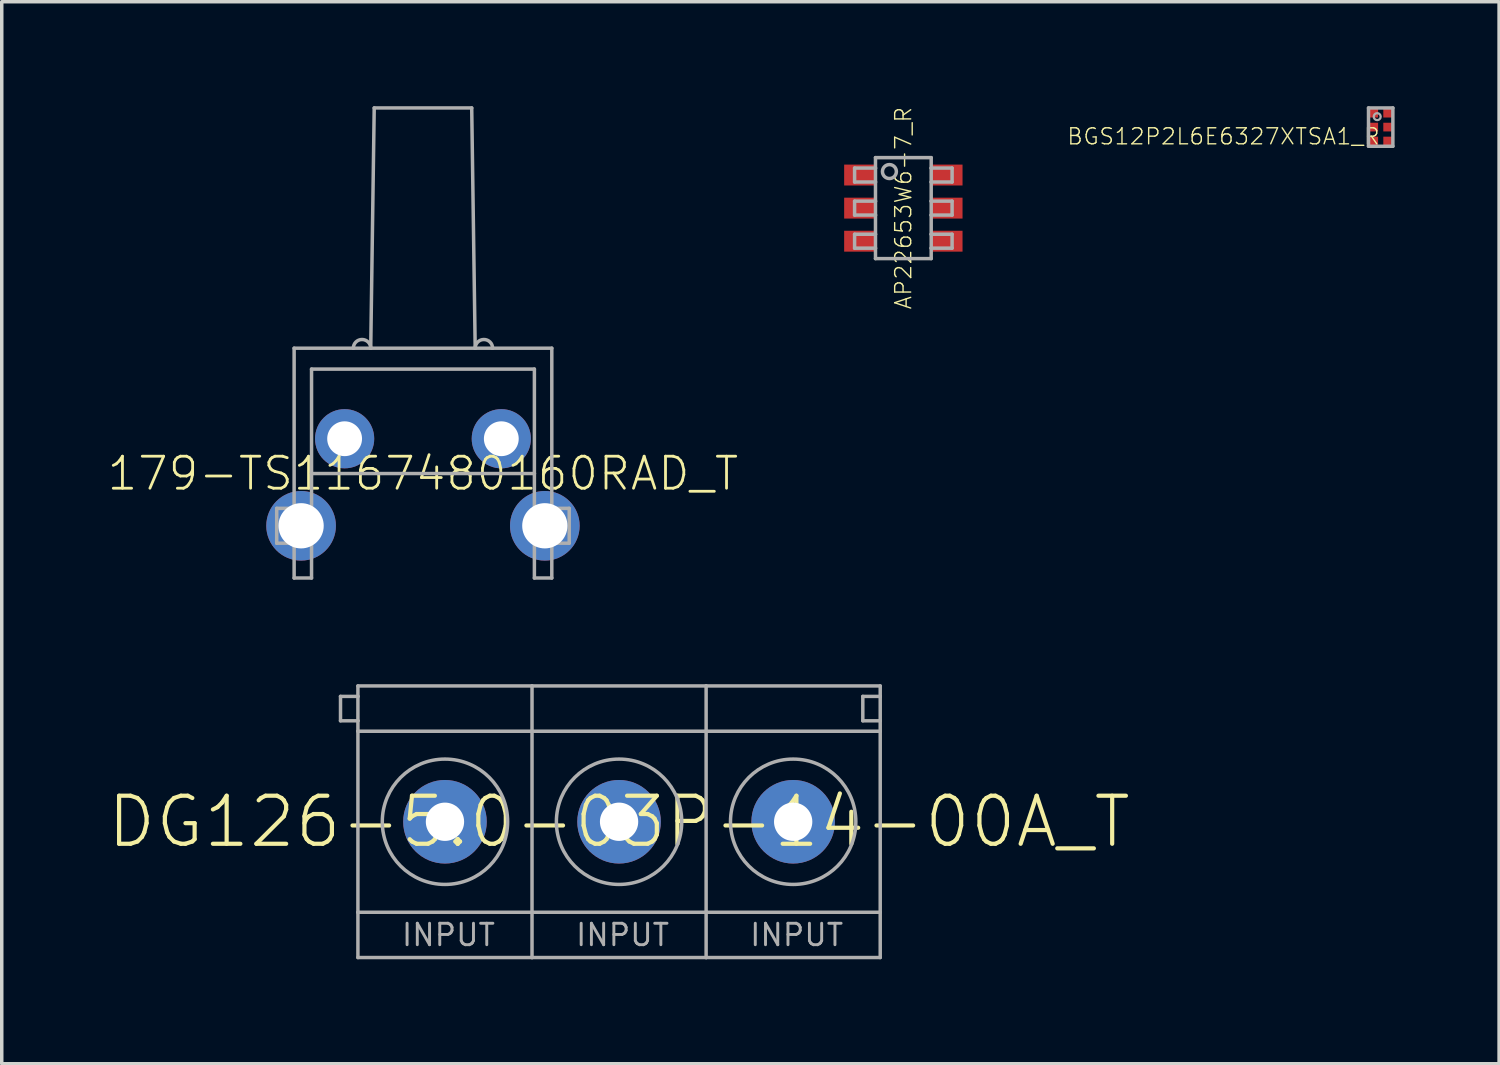
<source format=kicad_pcb>
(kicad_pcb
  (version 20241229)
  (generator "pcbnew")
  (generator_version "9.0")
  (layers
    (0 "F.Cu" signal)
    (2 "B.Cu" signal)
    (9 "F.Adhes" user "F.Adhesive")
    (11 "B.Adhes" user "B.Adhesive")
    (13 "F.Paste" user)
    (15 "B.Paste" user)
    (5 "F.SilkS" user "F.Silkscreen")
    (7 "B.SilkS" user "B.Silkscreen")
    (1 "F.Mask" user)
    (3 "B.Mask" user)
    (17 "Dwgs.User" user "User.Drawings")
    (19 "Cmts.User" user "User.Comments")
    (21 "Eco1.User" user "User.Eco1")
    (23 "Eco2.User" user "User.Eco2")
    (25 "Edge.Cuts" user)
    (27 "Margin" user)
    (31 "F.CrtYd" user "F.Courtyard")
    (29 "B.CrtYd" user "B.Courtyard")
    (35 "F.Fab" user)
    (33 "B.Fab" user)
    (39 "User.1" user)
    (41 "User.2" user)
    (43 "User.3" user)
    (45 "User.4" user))
  (footprint "DG126-5.0-03P-14-00A_T"
    (layer "F.Cu")
    (at 14.729 20.55)
    (property "Reference" "DG126-5.0-03P-14-00A_T" (at 0 0 0) (unlocked yes) (layer "F.SilkS") (effects (font (size 1.38 1.38) (thickness 0.12))))
    (fp_line (start -8 -3.6) (end -7.5 -3.6) (stroke (width 0.1) (type solid)) (layer "F.Fab"))
    (fp_line (start -8 -2.9) (end -8 -3.6) (stroke (width 0.1) (type solid)) (layer "F.Fab"))
    (fp_line (start -7.5 -3.6) (end -7.5 -3.9) (stroke (width 0.1) (type solid)) (layer "F.Fab"))
    (fp_line (start -7.5 -3.6) (end -7.5 -2.9) (stroke (width 0.1) (type solid)) (layer "F.Fab"))
    (fp_line (start -7.5 -2.9) (end -8 -2.9) (stroke (width 0.1) (type solid)) (layer "F.Fab"))
    (fp_line (start -7.5 -2.6) (end -7.5 -2.9) (stroke (width 0.1) (type solid)) (layer "F.Fab"))
    (fp_line (start -7.5 -2.6) (end -2.5 -2.6) (stroke (width 0.1) (type solid)) (layer "F.Fab"))
    (fp_line (start -7.5 2.6) (end -7.5 -2.6) (stroke (width 0.1) (type solid)) (layer "F.Fab"))
    (fp_line (start -7.5 2.6) (end -2.5 2.6) (stroke (width 0.1) (type solid)) (layer "F.Fab"))
    (fp_line (start -7.5 3.9) (end -7.5 2.6) (stroke (width 0.1) (type solid)) (layer "F.Fab"))
    (fp_line (start -7.5 3.9) (end -2.5 3.9) (stroke (width 0.1) (type solid)) (layer "F.Fab"))
    (fp_line (start -2.5 -3.9) (end -7.5 -3.9) (stroke (width 0.1) (type solid)) (layer "F.Fab"))
    (fp_line (start -2.5 -2.6) (end -2.5 -3.9) (stroke (width 0.1) (type solid)) (layer "F.Fab"))
    (fp_line (start -2.5 -2.6) (end 2.5 -2.6) (stroke (width 0.1) (type solid)) (layer "F.Fab"))
    (fp_line (start -2.5 2.6) (end -2.5 -2.6) (stroke (width 0.1) (type solid)) (layer "F.Fab"))
    (fp_line (start -2.5 2.6) (end 2.5 2.6) (stroke (width 0.1) (type solid)) (layer "F.Fab"))
    (fp_line (start -2.5 3.9) (end -2.5 2.6) (stroke (width 0.1) (type solid)) (layer "F.Fab"))
    (fp_line (start -2.5 3.9) (end 2.5 3.9) (stroke (width 0.1) (type solid)) (layer "F.Fab"))
    (fp_line (start 2.5 -3.9) (end -2.5 -3.9) (stroke (width 0.1) (type solid)) (layer "F.Fab"))
    (fp_line (start 2.5 -2.6) (end 2.5 -3.9) (stroke (width 0.1) (type solid)) (layer "F.Fab"))
    (fp_line (start 2.5 -2.6) (end 7.5 -2.6) (stroke (width 0.1) (type solid)) (layer "F.Fab"))
    (fp_line (start 2.5 2.6) (end 2.5 -2.6) (stroke (width 0.1) (type solid)) (layer "F.Fab"))
    (fp_line (start 2.5 2.6) (end 7.5 2.6) (stroke (width 0.1) (type solid)) (layer "F.Fab"))
    (fp_line (start 2.5 3.9) (end 2.5 2.6) (stroke (width 0.1) (type solid)) (layer "F.Fab"))
    (fp_line (start 2.5 3.9) (end 7.5 3.9) (stroke (width 0.1) (type solid)) (layer "F.Fab"))
    (fp_line (start 7 -3.6) (end 7 -2.9) (stroke (width 0.1) (type solid)) (layer "F.Fab"))
    (fp_line (start 7 -2.9) (end 7.5 -2.9) (stroke (width 0.1) (type solid)) (layer "F.Fab"))
    (fp_line (start 7.5 -3.9) (end 2.5 -3.9) (stroke (width 0.1) (type solid)) (layer "F.Fab"))
    (fp_line (start 7.5 -3.9) (end 7.5 -3.6) (stroke (width 0.1) (type solid)) (layer "F.Fab"))
    (fp_line (start 7.5 -3.6) (end 7 -3.6) (stroke (width 0.1) (type solid)) (layer "F.Fab"))
    (fp_line (start 7.5 -3.6) (end 7.5 -2.9) (stroke (width 0.1) (type solid)) (layer "F.Fab"))
    (fp_line (start 7.5 -2.9) (end 7.5 -2.6) (stroke (width 0.1) (type solid)) (layer "F.Fab"))
    (fp_line (start 7.5 -2.6) (end 7.5 2.6) (stroke (width 0.1) (type solid)) (layer "F.Fab"))
    (fp_line (start 7.5 2.6) (end 7.5 3.9) (stroke (width 0.1) (type solid)) (layer "F.Fab"))
    (fp_circle (center -5 0) (end -3.2 0) (stroke (width 0.1) (type solid)) (fill no) (layer "F.Fab"))
    (fp_circle (center 0 0) (end 1.8 0) (stroke (width 0.1) (type solid)) (fill no) (layer "F.Fab"))
    (fp_circle (center 5 0) (end 6.8 0) (stroke (width 0.1) (type solid)) (fill no) (layer "F.Fab"))
    (fp_text user "INPUT" (at 5.1 3.25 0) (layer "F.Fab") (effects (font (size 0.616 0.616) (thickness 0.084))))
    (fp_text user "INPUT" (at -4.9 3.25 0) (layer "F.Fab") (effects (font (size 0.616 0.616) (thickness 0.084))))
    (fp_text user "INPUT" (at 0.1 3.25 0) (layer "F.Fab") (effects (font (size 0.616 0.616) (thickness 0.084))))
    (pad "1" thru_hole circle (at -5 0 90) (size 2.4 2.4) (drill 1.1) (layers "*.Cu" "*.Mask"))
    (pad "2" thru_hole circle (at 0 0 90) (size 2.4 2.4) (drill 1.1) (layers "*.Cu" "*.Mask"))
    (pad "3" thru_hole circle (at 5 0 90) (size 2.4 2.4) (drill 1.1) (layers "*.Cu" "*.Mask")))
  (footprint "BGS12P2L6E6327XTSA1_R"
    (layer "F.Cu")
    (at 36.602 0.6)
    (property "Reference" "BGS12P2L6E6327XTSA1_R" (at 0 0 0) (unlocked yes) (layer "F.SilkS") (effects (font (size 0.46 0.46) (thickness 0.04)) (justify right top)))
    (fp_poly (pts (xy -0.375 0.575) (xy 0.375 0.575) (xy 0.375 -0.575) (xy -0.375 -0.575)) (stroke (width 0) (type default)) (fill yes) (layer "F.Mask"))
    (fp_poly (pts (xy -0.075 -0.275) (xy -0.325 -0.275) (xy -0.325 -0.525) (xy -0.075 -0.525)) (stroke (width 0) (type default)) (fill yes) (layer "F.Paste"))
    (fp_poly (pts (xy -0.075 0.125) (xy -0.325 0.125) (xy -0.325 -0.125) (xy -0.075 -0.125)) (stroke (width 0) (type default)) (fill yes) (layer "F.Paste"))
    (fp_poly (pts (xy -0.075 0.525) (xy -0.325 0.525) (xy -0.325 0.275) (xy -0.075 0.275)) (stroke (width 0) (type default)) (fill yes) (layer "F.Paste"))
    (fp_poly (pts (xy 0.325 -0.275) (xy 0.075 -0.275) (xy 0.075 -0.525) (xy 0.325 -0.525)) (stroke (width 0) (type default)) (fill yes) (layer "F.Paste"))
    (fp_poly (pts (xy 0.325 0.125) (xy 0.075 0.125) (xy 0.075 -0.125) (xy 0.325 -0.125)) (stroke (width 0) (type default)) (fill yes) (layer "F.Paste"))
    (fp_poly (pts (xy 0.325 0.525) (xy 0.075 0.525) (xy 0.075 0.275) (xy 0.325 0.275)) (stroke (width 0) (type default)) (fill yes) (layer "F.Paste"))
    (fp_line (start -0.35 -0.55) (end 0.35 -0.55) (stroke (width 0.1) (type solid)) (layer "F.Fab"))
    (fp_line (start -0.35 0.55) (end -0.35 -0.55) (stroke (width 0.1) (type solid)) (layer "F.Fab"))
    (fp_line (start 0.35 -0.55) (end 0.35 0.55) (stroke (width 0.1) (type solid)) (layer "F.Fab"))
    (fp_line (start 0.35 0.55) (end -0.35 0.55) (stroke (width 0.1) (type solid)) (layer "F.Fab"))
    (fp_circle (center -0.1 -0.3) (end 0 -0.3) (stroke (width 0.065) (type solid)) (fill no) (layer "F.Fab"))
    (pad "1" smd rect (at -0.2 -0.4) (size 0.25 0.25) (layers "F.Cu"))
    (pad "2" smd rect (at -0.2 0) (size 0.25 0.25) (layers "F.Cu"))
    (pad "3" smd rect (at -0.2 0.4) (size 0.25 0.25) (layers "F.Cu"))
    (pad "4" smd rect (at 0.2 0.4) (size 0.25 0.25) (layers "F.Cu"))
    (pad "5" smd rect (at 0.2 0) (size 0.25 0.25) (layers "F.Cu"))
    (pad "6" smd rect (at 0.2 -0.4) (size 0.25 0.25) (layers "F.Cu")))
  (footprint "AP22653W6-7_R"
    (layer "F.Cu")
    (at 22.893 2.927)
    (property "Reference" "AP22653W6-7_R" (at 0 0 90) (unlocked yes) (layer "F.SilkS") (effects (font (size 0.46 0.46) (thickness 0.04))))
    (fp_poly (pts (xy -0.8 -0.65) (xy -1.7 -0.65) (xy -1.7 -1.25) (xy -0.8 -1.25)) (stroke (width 0) (type default)) (fill yes) (layer "F.Paste"))
    (fp_poly (pts (xy -0.8 0.3) (xy -1.7 0.3) (xy -1.7 -0.3) (xy -0.8 -0.3)) (stroke (width 0) (type default)) (fill yes) (layer "F.Paste"))
    (fp_poly (pts (xy -0.8 1.25) (xy -1.7 1.25) (xy -1.7 0.65) (xy -0.8 0.65)) (stroke (width 0) (type default)) (fill yes) (layer "F.Paste"))
    (fp_poly (pts (xy 1.7 -0.65) (xy 0.8 -0.65) (xy 0.8 -1.25) (xy 1.7 -1.25)) (stroke (width 0) (type default)) (fill yes) (layer "F.Paste"))
    (fp_poly (pts (xy 1.7 0.3) (xy 0.8 0.3) (xy 0.8 -0.3) (xy 1.7 -0.3)) (stroke (width 0) (type default)) (fill yes) (layer "F.Paste"))
    (fp_poly (pts (xy 1.7 1.25) (xy 0.8 1.25) (xy 0.8 0.65) (xy 1.7 0.65)) (stroke (width 0) (type default)) (fill yes) (layer "F.Paste"))
    (fp_line (start -1.4 -1.15) (end -1.4 -0.75) (stroke (width 0.1) (type solid)) (layer "F.Fab"))
    (fp_line (start -1.4 -0.75) (end -0.8 -0.75) (stroke (width 0.1) (type solid)) (layer "F.Fab"))
    (fp_line (start -1.4 -0.2) (end -1.4 0.2) (stroke (width 0.1) (type solid)) (layer "F.Fab"))
    (fp_line (start -1.4 0.75) (end -1.4 1.15) (stroke (width 0.1) (type solid)) (layer "F.Fab"))
    (fp_line (start -0.8 -1.45) (end 0.8 -1.45) (stroke (width 0.1) (type solid)) (layer "F.Fab"))
    (fp_line (start -0.8 -1.15) (end -1.4 -1.15) (stroke (width 0.1) (type solid)) (layer "F.Fab"))
    (fp_line (start -0.8 -1.15) (end -0.8 -1.45) (stroke (width 0.1) (type solid)) (layer "F.Fab"))
    (fp_line (start -0.8 -0.75) (end -0.8 -1.15) (stroke (width 0.1) (type solid)) (layer "F.Fab"))
    (fp_line (start -0.8 -0.2) (end -1.4 -0.2) (stroke (width 0.1) (type solid)) (layer "F.Fab"))
    (fp_line (start -0.8 -0.2) (end -0.8 -0.75) (stroke (width 0.1) (type solid)) (layer "F.Fab"))
    (fp_line (start -0.8 0.2) (end -1.4 0.2) (stroke (width 0.1) (type solid)) (layer "F.Fab"))
    (fp_line (start -0.8 0.2) (end -0.8 -0.2) (stroke (width 0.1) (type solid)) (layer "F.Fab"))
    (fp_line (start -0.8 0.75) (end -1.4 0.75) (stroke (width 0.1) (type solid)) (layer "F.Fab"))
    (fp_line (start -0.8 0.75) (end -0.8 0.2) (stroke (width 0.1) (type solid)) (layer "F.Fab"))
    (fp_line (start -0.8 1.15) (end -1.4 1.15) (stroke (width 0.1) (type solid)) (layer "F.Fab"))
    (fp_line (start -0.8 1.15) (end -0.8 0.75) (stroke (width 0.1) (type solid)) (layer "F.Fab"))
    (fp_line (start -0.8 1.45) (end -0.8 1.15) (stroke (width 0.1) (type solid)) (layer "F.Fab"))
    (fp_line (start 0.8 -1.45) (end 0.8 -1.15) (stroke (width 0.1) (type solid)) (layer "F.Fab"))
    (fp_line (start 0.8 -1.15) (end 0.8 -0.75) (stroke (width 0.1) (type solid)) (layer "F.Fab"))
    (fp_line (start 0.8 -0.75) (end 0.8 -0.2) (stroke (width 0.1) (type solid)) (layer "F.Fab"))
    (fp_line (start 0.8 -0.2) (end 0.8 0.2) (stroke (width 0.1) (type solid)) (layer "F.Fab"))
    (fp_line (start 0.8 0.2) (end 0.8 0.75) (stroke (width 0.1) (type solid)) (layer "F.Fab"))
    (fp_line (start 0.8 0.75) (end 0.8 1.15) (stroke (width 0.1) (type solid)) (layer "F.Fab"))
    (fp_line (start 0.8 1.15) (end 0.8 1.45) (stroke (width 0.1) (type solid)) (layer "F.Fab"))
    (fp_line (start 0.8 1.45) (end -0.8 1.45) (stroke (width 0.1) (type solid)) (layer "F.Fab"))
    (fp_line (start 1.4 -1.15) (end 0.8 -1.15) (stroke (width 0.1) (type solid)) (layer "F.Fab"))
    (fp_line (start 1.4 -1.15) (end 1.4 -0.75) (stroke (width 0.1) (type solid)) (layer "F.Fab"))
    (fp_line (start 1.4 -0.75) (end 0.8 -0.75) (stroke (width 0.1) (type solid)) (layer "F.Fab"))
    (fp_line (start 1.4 -0.2) (end 0.8 -0.2) (stroke (width 0.1) (type solid)) (layer "F.Fab"))
    (fp_line (start 1.4 -0.2) (end 1.4 0.2) (stroke (width 0.1) (type solid)) (layer "F.Fab"))
    (fp_line (start 1.4 0.2) (end 0.8 0.2) (stroke (width 0.1) (type solid)) (layer "F.Fab"))
    (fp_line (start 1.4 0.75) (end 0.8 0.75) (stroke (width 0.1) (type solid)) (layer "F.Fab"))
    (fp_line (start 1.4 0.75) (end 1.4 1.15) (stroke (width 0.1) (type solid)) (layer "F.Fab"))
    (fp_line (start 1.4 1.15) (end 0.8 1.15) (stroke (width 0.1) (type solid)) (layer "F.Fab"))
    (fp_circle (center -0.4 -1.05) (end -0.2 -1.05) (stroke (width 0.1) (type solid)) (fill no) (layer "F.Fab"))
    (pad "1" smd rect (at -1.25 -0.95) (size 0.9 0.6) (layers "F.Cu" "F.Mask"))
    (pad "2" smd rect (at -1.25 0) (size 0.9 0.6) (layers "F.Cu" "F.Mask"))
    (pad "3" smd rect (at -1.25 0.95) (size 0.9 0.6) (layers "F.Cu" "F.Mask"))
    (pad "4" smd rect (at 1.25 0.95) (size 0.9 0.6) (layers "F.Cu" "F.Mask"))
    (pad "5" smd rect (at 1.25 0) (size 0.9 0.6) (layers "F.Cu" "F.Mask"))
    (pad "6" smd rect (at 1.25 -0.95) (size 0.9 0.6) (layers "F.Cu" "F.Mask")))
  (footprint "179-TS1167480160RAD_T"
    (layer "F.Cu")
    (at 9.097 10.55)
    (property "Reference" "179-TS1167480160RAD_T" (at 0 0 0) (unlocked yes) (layer "F.SilkS") (effects (font (size 0.92 0.92) (thickness 0.08))))
    (fp_line (start -4.2 1) (end -4.2 2) (stroke (width 0.1) (type solid)) (layer "F.Fab"))
    (fp_line (start -4.2 2) (end -3.7 2) (stroke (width 0.1) (type solid)) (layer "F.Fab"))
    (fp_line (start -3.7 -3.6) (end -2 -3.6) (stroke (width 0.1) (type solid)) (layer "F.Fab"))
    (fp_line (start -3.7 1) (end -4.2 1) (stroke (width 0.1) (type solid)) (layer "F.Fab"))
    (fp_line (start -3.7 3) (end -3.7 -3.6) (stroke (width 0.1) (type solid)) (layer "F.Fab"))
    (fp_line (start -3.2 -3) (end 3.2 -3) (stroke (width 0.1) (type solid)) (layer "F.Fab"))
    (fp_line (start -3.2 0) (end -3.2 -3) (stroke (width 0.1) (type solid)) (layer "F.Fab"))
    (fp_line (start -3.2 0) (end -3.2 3) (stroke (width 0.1) (type solid)) (layer "F.Fab"))
    (fp_line (start -3.2 3) (end -3.7 3) (stroke (width 0.1) (type solid)) (layer "F.Fab"))
    (fp_line (start -2 -3.6) (end -1.5 -3.6) (stroke (width 0.1) (type solid)) (layer "F.Fab"))
    (fp_line (start -1.5 -3.6) (end -1.4 -10.5) (stroke (width 0.1) (type solid)) (layer "F.Fab"))
    (fp_line (start -1.5 -3.6) (end 1.5 -3.6) (stroke (width 0.1) (type solid)) (layer "F.Fab"))
    (fp_line (start -1.4 -10.5) (end 1.4 -10.5) (stroke (width 0.1) (type solid)) (layer "F.Fab"))
    (fp_line (start 1.4 -10.5) (end 1.5 -3.6) (stroke (width 0.1) (type solid)) (layer "F.Fab"))
    (fp_line (start 1.5 -3.6) (end 2 -3.6) (stroke (width 0.1) (type solid)) (layer "F.Fab"))
    (fp_line (start 2 -3.6) (end 3.7 -3.6) (stroke (width 0.1) (type solid)) (layer "F.Fab"))
    (fp_line (start 3.2 -3) (end 3.2 0) (stroke (width 0.1) (type solid)) (layer "F.Fab"))
    (fp_line (start 3.2 0) (end -3.2 0) (stroke (width 0.1) (type solid)) (layer "F.Fab"))
    (fp_line (start 3.2 3) (end 3.2 0) (stroke (width 0.1) (type solid)) (layer "F.Fab"))
    (fp_line (start 3.7 -3.6) (end 3.7 1) (stroke (width 0.1) (type solid)) (layer "F.Fab"))
    (fp_line (start 3.7 1) (end 3.7 2) (stroke (width 0.1) (type solid)) (layer "F.Fab"))
    (fp_line (start 3.7 2) (end 3.7 3) (stroke (width 0.1) (type solid)) (layer "F.Fab"))
    (fp_line (start 3.7 2) (end 4.2 2) (stroke (width 0.1) (type solid)) (layer "F.Fab"))
    (fp_line (start 3.7 3) (end 3.2 3) (stroke (width 0.1) (type solid)) (layer "F.Fab"))
    (fp_line (start 4.2 1) (end 3.7 1) (stroke (width 0.1) (type solid)) (layer "F.Fab"))
    (fp_line (start 4.2 2) (end 4.2 1) (stroke (width 0.1) (type solid)) (layer "F.Fab"))
    (fp_arc (start -2 -3.6) (mid -1.75 -3.85) (end -1.5 -3.6) (stroke (width 0.1) (type solid)) (layer "F.Fab"))
    (fp_arc (start 1.5 -3.6) (mid 1.75 -3.85) (end 2 -3.6) (stroke (width 0.1) (type solid)) (layer "F.Fab"))
    (pad "1" thru_hole circle (at 3.5 1.5 180) (size 2 2) (drill 1.3) (layers "*.Cu" "*.Mask"))
    (pad "2" thru_hole circle (at 2.25 -1 180) (size 1.7 1.7) (drill 1) (layers "*.Cu" "*.Mask"))
    (pad "3" thru_hole circle (at -2.25 -1 180) (size 1.7 1.7) (drill 1) (layers "*.Cu" "*.Mask"))
    (pad "4" thru_hole circle (at -3.5 1.5 180) (size 2 2) (drill 1.3) (layers "*.Cu" "*.Mask")))
  (gr_rect
    (start -3 -3)
    (end 40.002 27.5)
    (stroke (width 0.1) (type default))
    (fill no)
    (layer "Edge.Cuts")))
</source>
